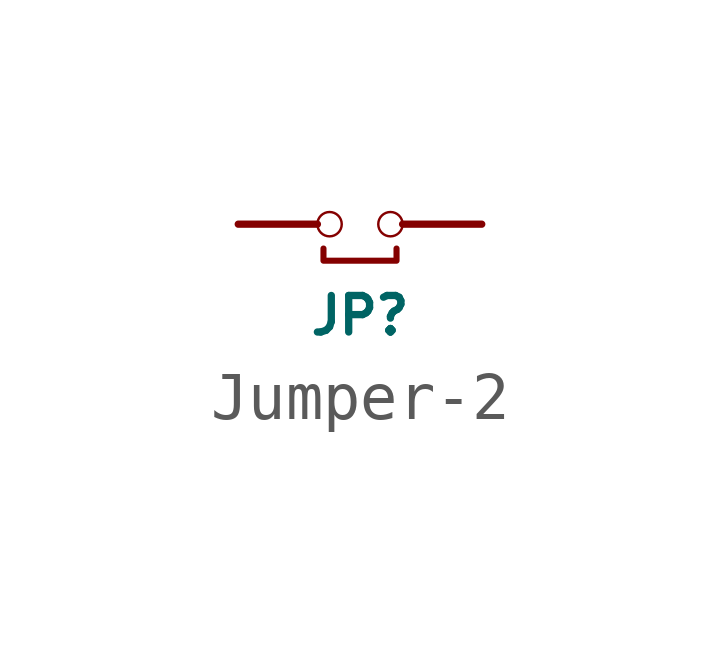
<source format=kicad_sym>
(kicad_symbol_lib
  (version 20211014)
  (generator kicad_symbol_editor)
  (symbol "Jumper-2"
    (pin_numbers hide)
    (pin_names
      (offset 0) hide)
    (property "Reference" "JP"
      (at 0 -1.905 0)
      (effects (font (size 0.762 0.762))))
    (property "Footprint" ""
      (at 0 0 0)
      (effects (font (size 1.524 1.524))))
    (property "Datasheet" ""
      (at 0 0 0)
      (effects (font (size 1.524 1.524))))
    (symbol "Jumper-2_0_1"
      (circle (center -0.635 0) (radius 0.254) (stroke (width 0.051) (type default) (color 0 0 0 0)) (fill (type none)))
      (polyline (pts (xy -0.762 -0.508) (xy -0.762 -0.762) (xy 0.762 -0.762) (xy 0.762 -0.508) (xy 0.762 -0.508)) (stroke (width 0.127) (type default) (color 0 0 0 0)) (fill (type none)))
      (circle (center 0.635 0) (radius 0.254) (stroke (width 0.051) (type default) (color 0 0 0 0)) (fill (type none))))
    (symbol "Jumper-2_1_1"
      (pin passive line (at -2.54 0 0) (length 1.651) (name "A" (effects (font (size 1.27 1.27)))) (number "1" (effects (font (size 1.27 1.27)))))
      (pin passive line (at 2.54 0 180) (length 1.651) (name "B" (effects (font (size 1.27 1.27)))) (number "2" (effects (font (size 1.27 1.27))))))))
</source>
